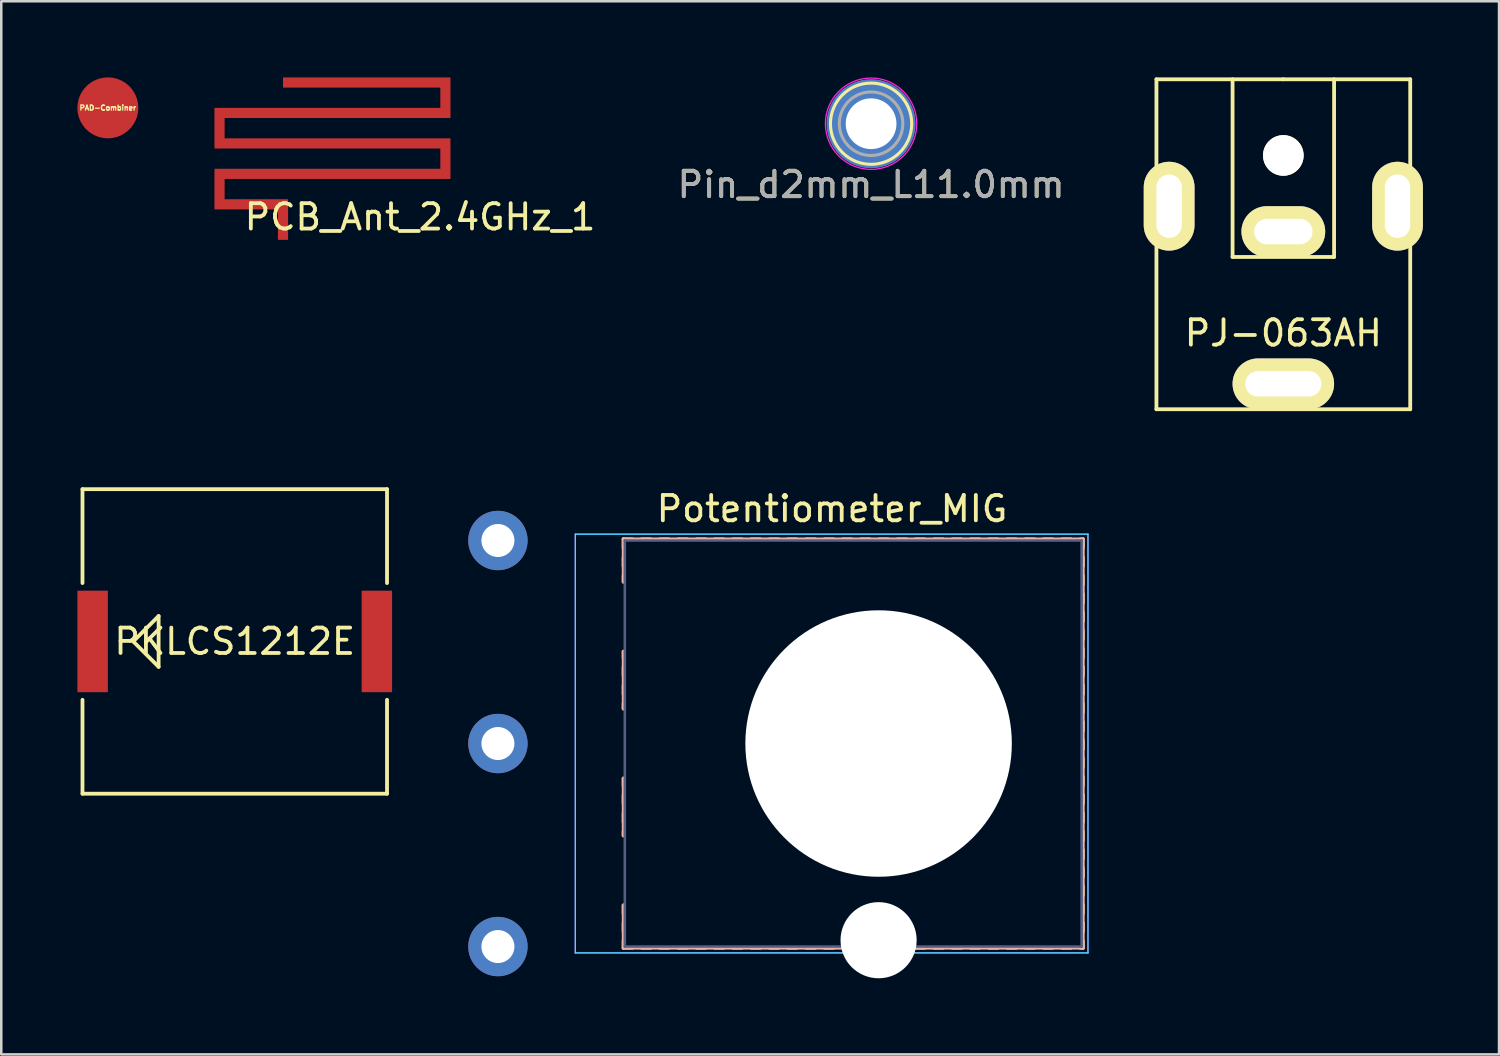
<source format=kicad_pcb>
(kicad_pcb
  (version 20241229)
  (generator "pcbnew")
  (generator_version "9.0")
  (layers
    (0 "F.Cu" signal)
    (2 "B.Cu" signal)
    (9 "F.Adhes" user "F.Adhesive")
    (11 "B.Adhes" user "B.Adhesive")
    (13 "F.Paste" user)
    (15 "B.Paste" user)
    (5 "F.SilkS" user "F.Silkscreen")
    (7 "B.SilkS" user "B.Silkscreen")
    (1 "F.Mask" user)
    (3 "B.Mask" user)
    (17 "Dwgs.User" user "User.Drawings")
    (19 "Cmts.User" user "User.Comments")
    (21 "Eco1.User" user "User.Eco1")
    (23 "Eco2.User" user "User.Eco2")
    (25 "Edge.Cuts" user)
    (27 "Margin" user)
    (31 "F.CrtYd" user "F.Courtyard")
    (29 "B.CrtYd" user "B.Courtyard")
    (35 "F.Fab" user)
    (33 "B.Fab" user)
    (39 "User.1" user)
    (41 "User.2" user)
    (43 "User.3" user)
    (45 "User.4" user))
  (footprint "PJ-063AH"
    (layer "F.Cu")
    (at 47.518 3.075)
    (property "Reference" "PJ-063AH" (at 0 7 0) (layer "F.SilkS") (effects (font (size 1 1) (thickness 0.15))))
    (attr through_hole)
    (fp_line (start -5 -3) (end 0 -3) (stroke (width 0.15) (type solid)) (layer "F.SilkS"))
    (fp_line (start -5 10) (end -5 -3) (stroke (width 0.15) (type solid)) (layer "F.SilkS"))
    (fp_line (start -2 -3) (end -2 4) (stroke (width 0.15) (type solid)) (layer "F.SilkS"))
    (fp_line (start -2 4) (end 2 4) (stroke (width 0.15) (type solid)) (layer "F.SilkS"))
    (fp_line (start 0 -3) (end 5 -3) (stroke (width 0.15) (type solid)) (layer "F.SilkS"))
    (fp_line (start 2 4) (end 2 -3) (stroke (width 0.15) (type solid)) (layer "F.SilkS"))
    (fp_line (start 5 -3) (end 5 10) (stroke (width 0.15) (type solid)) (layer "F.SilkS"))
    (fp_line (start 5 10) (end -5 10) (stroke (width 0.15) (type solid)) (layer "F.SilkS"))
    (pad "" np_thru_hole circle (at 0 0) (size 1.6 1.6) (drill 1.6) (layers "*.Cu" "*.Mask" "F.SilkS"))
    (pad "1" thru_hole oval (at 0 9) (size 4 2) (drill oval 3 1) (layers "*.Cu" "*.Mask" "F.SilkS"))
    (pad "2" thru_hole oval (at 0 3) (size 3.3 2) (drill oval 2.3 1) (layers "*.Cu" "*.Mask" "F.SilkS"))
    (pad "Fix" thru_hole oval (at 4.5 2 90) (size 3.5 2) (drill oval 2.5 1) (layers "*.Cu" "*.Mask" "F.SilkS"))
    (pad "Fix1" thru_hole oval (at -4.5 2 90) (size 3.5 2) (drill oval 2.5 1) (layers "*.Cu" "*.Mask" "F.SilkS")))
  (footprint "PCB_Ant_2.4GHz_1"
    (layer "F.Cu")
    (at 8.101 6.301)
    (property "Reference" "PCB_Ant_2.4GHz_1" (at 5.4 -0.8 0) (layer "F.SilkS") (effects (font (size 1 1) (thickness 0.15))))
    (attr through_hole)
    (fp_poly (pts (xy 0.2 0) (xy -0.2 0) (xy -0.2 -1.1) (xy -2.7 -1.1) (xy -2.7 -2.7) (xy 6.2 -2.7) (xy 6.2 -3.5) (xy -2.7 -3.5) (xy -2.7 -3.9) (xy -2.7 -5.1) (xy 6.2 -5.1) (xy 6.2 -5.9) (xy 0 -5.9) (xy 0 -6.3) (xy 6.6 -6.3) (xy 6.6 -5.1) (xy 6.6 -4.7) (xy -2.3 -4.7) (xy -2.3 -3.9) (xy 6.6 -3.9) (xy 6.6 -2.3) (xy -2.3 -2.3) (xy -2.3 -1.5) (xy 0.2 -1.5)) (stroke (width 0.001) (type solid)) (fill yes) (layer "F.Cu"))
    (pad "1" smd rect (at 0 0) (size 0.4 0.2) (layers "F.Cu")))
  (footprint "Pin_d2mm_L11.0mm"
    (layer "F.Cu")
    (at 31.274 1.825)
    (property "Reference" "Pin_d2mm_L11.0mm" (at 0 2.4 0) (layer "F.SilkS") (effects (font (size 1 1) (thickness 0.15))))
    (attr through_hole)
    (fp_circle (center 0 0) (end 1.6 0.05) (stroke (width 0.12) (type solid)) (fill no) (layer "F.SilkS"))
    (fp_circle (center 0 0) (end 1.8 0) (stroke (width 0.05) (type solid)) (fill no) (layer "F.CrtYd"))
    (fp_circle (center 0 0) (end 0.65 -0.05) (stroke (width 0.12) (type solid)) (fill no) (layer "F.Fab"))
    (fp_circle (center 0 0) (end 1.25 -0.05) (stroke (width 0.12) (type solid)) (fill no) (layer "F.Fab"))
    (fp_text user "${REFERENCE}" (at 0 2.4 0) (layer "F.Fab") (effects (font (size 1 1) (thickness 0.15))))
    (pad "1" thru_hole circle (at 0 0) (size 3.5 3.5) (drill 2) (layers "*.Cu" "*.Mask")))
  (footprint "PKLCS1212E"
    (layer "F.Cu")
    (at 6.2 22.225)
    (property "Reference" "PKLCS1212E" (at 0 0 0) (layer "F.SilkS") (effects (font (size 1 1) (thickness 0.15))))
    (attr through_hole)
    (fp_line (start -6 -6) (end 6 -6) (stroke (width 0.15) (type solid)) (layer "F.SilkS"))
    (fp_line (start -6 -2.3) (end -6 -6) (stroke (width 0.15) (type solid)) (layer "F.SilkS"))
    (fp_line (start -6 2.3) (end -6 6) (stroke (width 0.15) (type solid)) (layer "F.SilkS"))
    (fp_line (start -6 6) (end 6 6) (stroke (width 0.15) (type solid)) (layer "F.SilkS"))
    (fp_line (start -4 0) (end -3 -1) (stroke (width 0.15) (type solid)) (layer "F.SilkS"))
    (fp_line (start -3 -1) (end -3 1) (stroke (width 0.15) (type solid)) (layer "F.SilkS"))
    (fp_line (start -3 1) (end -4 0) (stroke (width 0.15) (type solid)) (layer "F.SilkS"))
    (fp_line (start 6 -6) (end 6 -2.3) (stroke (width 0.15) (type solid)) (layer "F.SilkS"))
    (fp_line (start 6 6) (end 6 2.3) (stroke (width 0.15) (type solid)) (layer "F.SilkS"))
    (pad "1" smd rect (at -5.6 0) (size 1.2 4) (layers "F.Cu" "F.Mask" "F.Paste"))
    (pad "2" smd rect (at 5.6 0) (size 1.2 4) (layers "F.Cu" "F.Mask" "F.Paste")))
  (footprint "PAD-Combiner"
    (layer "F.Cu")
    (at 1.2 1.2)
    (property "Reference" "PAD-Combiner" (at 0 0 0) (layer "F.SilkS") (effects (font (size 0.2 0.2) (thickness 0.05))))
    (attr through_hole)
    (pad "1" smd circle (at 0 0) (size 2.4 2.4) (layers "F.Cu")))
  (footprint "Potentiometer_MIG"
    (layer "F.Cu")
    (at 31.57 26.248)
    (property "Reference" "Potentiometer_MIG" (at -1.835 -9.25 0) (layer "F.SilkS") (effects (font (size 1 1) (thickness 0.15))))
    (attr through_hole)
    (fp_line (start -10.06 -8.06) (end -10.06 -7.7) (stroke (width 0.12) (type solid)) (layer "F.SilkS"))
    (fp_line (start -10.06 -8.06) (end -9.7 -8.06) (stroke (width 0.12) (type solid)) (layer "F.SilkS"))
    (fp_line (start -10.06 -7.34) (end -10.06 -6.98) (stroke (width 0.12) (type solid)) (layer "F.SilkS"))
    (fp_line (start -10.06 -6.62) (end -10.06 -6.365) (stroke (width 0.12) (type solid)) (layer "F.SilkS"))
    (fp_line (start -10.06 -3.635) (end -10.06 -3.38) (stroke (width 0.12) (type solid)) (layer "F.SilkS"))
    (fp_line (start -10.06 -3.02) (end -10.06 -2.66) (stroke (width 0.12) (type solid)) (layer "F.SilkS"))
    (fp_line (start -10.06 -2.3) (end -10.06 -1.94) (stroke (width 0.12) (type solid)) (layer "F.SilkS"))
    (fp_line (start -10.06 -1.58) (end -10.06 -1.365) (stroke (width 0.12) (type solid)) (layer "F.SilkS"))
    (fp_line (start -10.06 1.365) (end -10.06 1.66) (stroke (width 0.12) (type solid)) (layer "F.SilkS"))
    (fp_line (start -10.06 2.02) (end -10.06 2.38) (stroke (width 0.12) (type solid)) (layer "F.SilkS"))
    (fp_line (start -10.06 2.74) (end -10.06 3.1) (stroke (width 0.12) (type solid)) (layer "F.SilkS"))
    (fp_line (start -10.06 3.46) (end -10.06 3.635) (stroke (width 0.12) (type solid)) (layer "F.SilkS"))
    (fp_line (start -10.06 6.365) (end -10.06 6.7) (stroke (width 0.12) (type solid)) (layer "F.SilkS"))
    (fp_line (start -10.06 7.061) (end -10.06 7.421) (stroke (width 0.12) (type solid)) (layer "F.SilkS"))
    (fp_line (start -10.06 7.781) (end -10.06 8.06) (stroke (width 0.12) (type solid)) (layer "F.SilkS"))
    (fp_line (start -10.06 8.06) (end -9.7 8.06) (stroke (width 0.12) (type solid)) (layer "F.SilkS"))
    (fp_line (start -9.34 -8.06) (end -8.98 -8.06) (stroke (width 0.12) (type solid)) (layer "F.SilkS"))
    (fp_line (start -9.34 8.06) (end -8.98 8.06) (stroke (width 0.12) (type solid)) (layer "F.SilkS"))
    (fp_line (start -8.62 -8.06) (end -8.26 -8.06) (stroke (width 0.12) (type solid)) (layer "F.SilkS"))
    (fp_line (start -8.62 8.06) (end -8.26 8.06) (stroke (width 0.12) (type solid)) (layer "F.SilkS"))
    (fp_line (start -7.9 -8.06) (end -7.54 -8.06) (stroke (width 0.12) (type solid)) (layer "F.SilkS"))
    (fp_line (start -7.9 8.06) (end -7.54 8.06) (stroke (width 0.12) (type solid)) (layer "F.SilkS"))
    (fp_line (start -7.18 -8.06) (end -6.82 -8.06) (stroke (width 0.12) (type solid)) (layer "F.SilkS"))
    (fp_line (start -7.18 8.06) (end -6.82 8.06) (stroke (width 0.12) (type solid)) (layer "F.SilkS"))
    (fp_line (start -6.46 -8.06) (end -6.1 -8.06) (stroke (width 0.12) (type solid)) (layer "F.SilkS"))
    (fp_line (start -6.46 8.06) (end -6.1 8.06) (stroke (width 0.12) (type solid)) (layer "F.SilkS"))
    (fp_line (start -5.74 -8.06) (end -5.38 -8.06) (stroke (width 0.12) (type solid)) (layer "F.SilkS"))
    (fp_line (start -5.74 8.06) (end -5.38 8.06) (stroke (width 0.12) (type solid)) (layer "F.SilkS"))
    (fp_line (start -5.02 -8.06) (end -4.66 -8.06) (stroke (width 0.12) (type solid)) (layer "F.SilkS"))
    (fp_line (start -5.02 8.06) (end -4.66 8.06) (stroke (width 0.12) (type solid)) (layer "F.SilkS"))
    (fp_line (start -4.3 -8.06) (end -3.94 -8.06) (stroke (width 0.12) (type solid)) (layer "F.SilkS"))
    (fp_line (start -4.3 8.06) (end -3.94 8.06) (stroke (width 0.12) (type solid)) (layer "F.SilkS"))
    (fp_line (start -3.58 -8.06) (end -3.22 -8.06) (stroke (width 0.12) (type solid)) (layer "F.SilkS"))
    (fp_line (start -3.58 8.06) (end -3.22 8.06) (stroke (width 0.12) (type solid)) (layer "F.SilkS"))
    (fp_line (start -2.86 -8.06) (end -2.5 -8.06) (stroke (width 0.12) (type solid)) (layer "F.SilkS"))
    (fp_line (start -2.86 8.06) (end -2.5 8.06) (stroke (width 0.12) (type solid)) (layer "F.SilkS"))
    (fp_line (start -2.14 -8.06) (end -1.78 -8.06) (stroke (width 0.12) (type solid)) (layer "F.SilkS"))
    (fp_line (start -2.14 8.06) (end -1.78 8.06) (stroke (width 0.12) (type solid)) (layer "F.SilkS"))
    (fp_line (start -1.42 -8.06) (end -1.06 -8.06) (stroke (width 0.12) (type solid)) (layer "F.SilkS"))
    (fp_line (start -1.42 8.06) (end -1.06 8.06) (stroke (width 0.12) (type solid)) (layer "F.SilkS"))
    (fp_line (start -0.7 -8.06) (end -0.34 -8.06) (stroke (width 0.12) (type solid)) (layer "F.SilkS"))
    (fp_line (start -0.7 8.06) (end -0.34 8.06) (stroke (width 0.12) (type solid)) (layer "F.SilkS"))
    (fp_line (start 0.02 -8.06) (end 0.38 -8.06) (stroke (width 0.12) (type solid)) (layer "F.SilkS"))
    (fp_line (start 0.02 8.06) (end 0.38 8.06) (stroke (width 0.12) (type solid)) (layer "F.SilkS"))
    (fp_line (start 0.74 -8.06) (end 1.1 -8.06) (stroke (width 0.12) (type solid)) (layer "F.SilkS"))
    (fp_line (start 0.74 8.06) (end 1.1 8.06) (stroke (width 0.12) (type solid)) (layer "F.SilkS"))
    (fp_line (start 1.46 -8.06) (end 1.82 -8.06) (stroke (width 0.12) (type solid)) (layer "F.SilkS"))
    (fp_line (start 1.46 8.06) (end 1.82 8.06) (stroke (width 0.12) (type solid)) (layer "F.SilkS"))
    (fp_line (start 2.181 -8.06) (end 2.54 -8.06) (stroke (width 0.12) (type solid)) (layer "F.SilkS"))
    (fp_line (start 2.181 8.06) (end 2.54 8.06) (stroke (width 0.12) (type solid)) (layer "F.SilkS"))
    (fp_line (start 2.901 -8.06) (end 3.261 -8.06) (stroke (width 0.12) (type solid)) (layer "F.SilkS"))
    (fp_line (start 2.901 8.06) (end 3.261 8.06) (stroke (width 0.12) (type solid)) (layer "F.SilkS"))
    (fp_line (start 3.621 -8.06) (end 3.981 -8.06) (stroke (width 0.12) (type solid)) (layer "F.SilkS"))
    (fp_line (start 3.621 8.06) (end 3.981 8.06) (stroke (width 0.12) (type solid)) (layer "F.SilkS"))
    (fp_line (start 4.341 -8.06) (end 4.701 -8.06) (stroke (width 0.12) (type solid)) (layer "F.SilkS"))
    (fp_line (start 4.341 8.06) (end 4.701 8.06) (stroke (width 0.12) (type solid)) (layer "F.SilkS"))
    (fp_line (start 5.061 -8.06) (end 5.421 -8.06) (stroke (width 0.12) (type solid)) (layer "F.SilkS"))
    (fp_line (start 5.061 8.06) (end 5.421 8.06) (stroke (width 0.12) (type solid)) (layer "F.SilkS"))
    (fp_line (start 5.781 -8.06) (end 6.141 -8.06) (stroke (width 0.12) (type solid)) (layer "F.SilkS"))
    (fp_line (start 5.781 8.06) (end 6.141 8.06) (stroke (width 0.12) (type solid)) (layer "F.SilkS"))
    (fp_line (start 6.501 -8.06) (end 6.861 -8.06) (stroke (width 0.12) (type solid)) (layer "F.SilkS"))
    (fp_line (start 6.501 8.06) (end 6.861 8.06) (stroke (width 0.12) (type solid)) (layer "F.SilkS"))
    (fp_line (start 7.221 -8.06) (end 7.58 -8.06) (stroke (width 0.12) (type solid)) (layer "F.SilkS"))
    (fp_line (start 7.221 8.06) (end 7.58 8.06) (stroke (width 0.12) (type solid)) (layer "F.SilkS"))
    (fp_line (start 7.94 -8.06) (end 8.061 -8.06) (stroke (width 0.12) (type solid)) (layer "F.SilkS"))
    (fp_line (start 7.94 8.06) (end 8.061 8.06) (stroke (width 0.12) (type solid)) (layer "F.SilkS"))
    (fp_line (start 8.061 -8.06) (end 8.061 -7.7) (stroke (width 0.12) (type solid)) (layer "F.SilkS"))
    (fp_line (start 8.061 -7.34) (end 8.061 -6.98) (stroke (width 0.12) (type solid)) (layer "F.SilkS"))
    (fp_line (start 8.061 -6.62) (end 8.061 -6.26) (stroke (width 0.12) (type solid)) (layer "F.SilkS"))
    (fp_line (start 8.061 -5.9) (end 8.061 -5.54) (stroke (width 0.12) (type solid)) (layer "F.SilkS"))
    (fp_line (start 8.061 -5.18) (end 8.061 -4.819) (stroke (width 0.12) (type solid)) (layer "F.SilkS"))
    (fp_line (start 8.061 -4.46) (end 8.061 -4.1) (stroke (width 0.12) (type solid)) (layer "F.SilkS"))
    (fp_line (start 8.061 -3.74) (end 8.061 -3.38) (stroke (width 0.12) (type solid)) (layer "F.SilkS"))
    (fp_line (start 8.061 -3.02) (end 8.061 -2.66) (stroke (width 0.12) (type solid)) (layer "F.SilkS"))
    (fp_line (start 8.061 -2.3) (end 8.061 -1.94) (stroke (width 0.12) (type solid)) (layer "F.SilkS"))
    (fp_line (start 8.061 -1.58) (end 8.061 -1.22) (stroke (width 0.12) (type solid)) (layer "F.SilkS"))
    (fp_line (start 8.061 -0.86) (end 8.061 -0.5) (stroke (width 0.12) (type solid)) (layer "F.SilkS"))
    (fp_line (start 8.061 -0.14) (end 8.061 0.22) (stroke (width 0.12) (type solid)) (layer "F.SilkS"))
    (fp_line (start 8.061 0.58) (end 8.061 0.94) (stroke (width 0.12) (type solid)) (layer "F.SilkS"))
    (fp_line (start 8.061 1.3) (end 8.061 1.66) (stroke (width 0.12) (type solid)) (layer "F.SilkS"))
    (fp_line (start 8.061 2.02) (end 8.061 2.38) (stroke (width 0.12) (type solid)) (layer "F.SilkS"))
    (fp_line (start 8.061 2.74) (end 8.061 3.1) (stroke (width 0.12) (type solid)) (layer "F.SilkS"))
    (fp_line (start 8.061 3.46) (end 8.061 3.82) (stroke (width 0.12) (type solid)) (layer "F.SilkS"))
    (fp_line (start 8.061 4.18) (end 8.061 4.54) (stroke (width 0.12) (type solid)) (layer "F.SilkS"))
    (fp_line (start 8.061 4.9) (end 8.061 5.26) (stroke (width 0.12) (type solid)) (layer "F.SilkS"))
    (fp_line (start 8.061 5.62) (end 8.061 5.98) (stroke (width 0.12) (type solid)) (layer "F.SilkS"))
    (fp_line (start 8.061 6.341) (end 8.061 6.7) (stroke (width 0.12) (type solid)) (layer "F.SilkS"))
    (fp_line (start 8.061 7.061) (end 8.061 7.421) (stroke (width 0.12) (type solid)) (layer "F.SilkS"))
    (fp_line (start 8.061 7.781) (end 8.061 8.06) (stroke (width 0.12) (type solid)) (layer "F.SilkS"))
    (fp_line (start -10.06 -8.06) (end -10.06 -6.365) (stroke (width 0.12) (type solid)) (layer "B.SilkS"))
    (fp_line (start -10.06 -8.06) (end 8.061 -8.06) (stroke (width 0.12) (type solid)) (layer "B.SilkS"))
    (fp_line (start -10.06 -3.635) (end -10.06 -1.365) (stroke (width 0.12) (type solid)) (layer "B.SilkS"))
    (fp_line (start -10.06 1.365) (end -10.06 3.635) (stroke (width 0.12) (type solid)) (layer "B.SilkS"))
    (fp_line (start -10.06 6.365) (end -10.06 8.06) (stroke (width 0.12) (type solid)) (layer "B.SilkS"))
    (fp_line (start -10.06 8.06) (end 8.061 8.06) (stroke (width 0.12) (type solid)) (layer "B.SilkS"))
    (fp_line (start 8.061 -8.06) (end 8.061 8.06) (stroke (width 0.12) (type solid)) (layer "B.SilkS"))
    (fp_line (start -11.95 -8.25) (end -11.95 8.25) (stroke (width 0.05) (type solid)) (layer "B.CrtYd"))
    (fp_line (start -11.95 8.25) (end 8.25 8.25) (stroke (width 0.05) (type solid)) (layer "B.CrtYd"))
    (fp_line (start 8.25 -8.25) (end -11.95 -8.25) (stroke (width 0.05) (type solid)) (layer "B.CrtYd"))
    (fp_line (start 8.25 8.25) (end 8.25 -8.25) (stroke (width 0.05) (type solid)) (layer "B.CrtYd"))
    (fp_line (start -11.95 -8.25) (end -11.95 8.25) (stroke (width 0.05) (type solid)) (layer "F.CrtYd"))
    (fp_line (start -11.95 8.25) (end 8.25 8.25) (stroke (width 0.05) (type solid)) (layer "F.CrtYd"))
    (fp_line (start 8.25 -8.25) (end -11.95 -8.25) (stroke (width 0.05) (type solid)) (layer "F.CrtYd"))
    (fp_line (start 8.25 8.25) (end 8.25 -8.25) (stroke (width 0.05) (type solid)) (layer "F.CrtYd"))
    (fp_line (start -10 -8) (end -10 8) (stroke (width 0.1) (type solid)) (layer "B.Fab"))
    (fp_line (start -10 8) (end 8 8) (stroke (width 0.1) (type solid)) (layer "B.Fab"))
    (fp_line (start 8 -8) (end -10 -8) (stroke (width 0.1) (type solid)) (layer "B.Fab"))
    (fp_line (start 8 8) (end 8 -8) (stroke (width 0.1) (type solid)) (layer "B.Fab"))
    (fp_circle (center 0 0) (end 3 0) (stroke (width 0.1) (type solid)) (fill no) (layer "B.Fab"))
    (fp_circle (center 0 0) (end 5 0) (stroke (width 0.1) (type solid)) (fill no) (layer "B.Fab"))
    (pad "" np_thru_hole circle (at 0 0) (size 10.5 10.5) (drill 10.5) (layers "*.Cu" "*.Mask"))
    (pad "" np_thru_hole circle (at 0 7.75) (size 3 3) (drill 3) (layers "*.Cu" "*.Mask"))
    (pad "1" thru_hole circle (at -15 8) (size 2.34 2.34) (drill 1.3) (layers "*.Cu" "*.Mask"))
    (pad "2" thru_hole circle (at -15 0) (size 2.34 2.34) (drill 1.3) (layers "*.Cu" "*.Mask"))
    (pad "3" thru_hole circle (at -15 -8) (size 2.34 2.34) (drill 1.3) (layers "*.Cu" "*.Mask")))
  (gr_rect
    (start -3 -3)
    (end 56.018 38.498)
    (stroke (width 0.1) (type default))
    (fill no)
    (layer "Edge.Cuts")))
</source>
